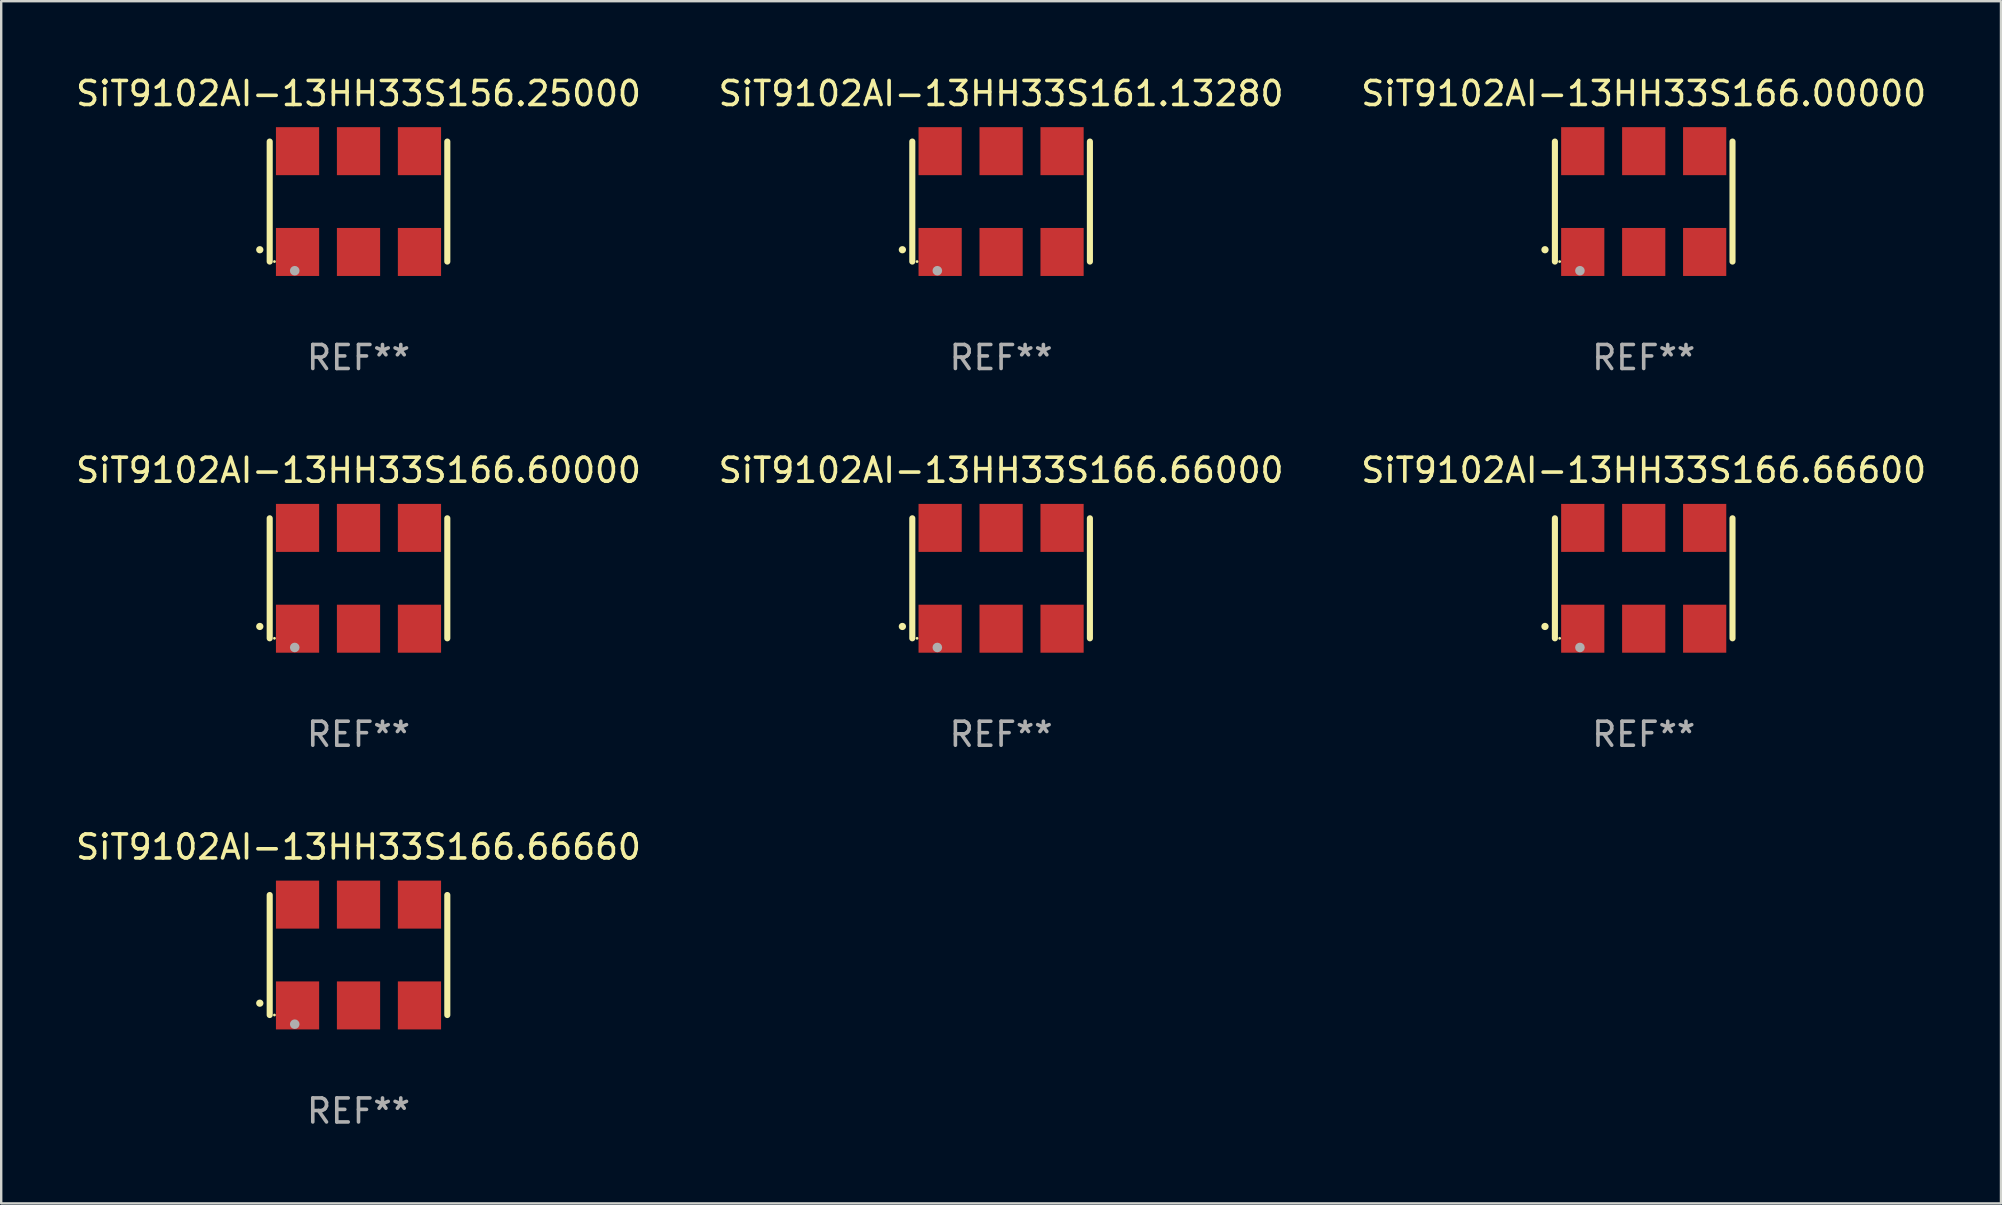
<source format=kicad_pcb>
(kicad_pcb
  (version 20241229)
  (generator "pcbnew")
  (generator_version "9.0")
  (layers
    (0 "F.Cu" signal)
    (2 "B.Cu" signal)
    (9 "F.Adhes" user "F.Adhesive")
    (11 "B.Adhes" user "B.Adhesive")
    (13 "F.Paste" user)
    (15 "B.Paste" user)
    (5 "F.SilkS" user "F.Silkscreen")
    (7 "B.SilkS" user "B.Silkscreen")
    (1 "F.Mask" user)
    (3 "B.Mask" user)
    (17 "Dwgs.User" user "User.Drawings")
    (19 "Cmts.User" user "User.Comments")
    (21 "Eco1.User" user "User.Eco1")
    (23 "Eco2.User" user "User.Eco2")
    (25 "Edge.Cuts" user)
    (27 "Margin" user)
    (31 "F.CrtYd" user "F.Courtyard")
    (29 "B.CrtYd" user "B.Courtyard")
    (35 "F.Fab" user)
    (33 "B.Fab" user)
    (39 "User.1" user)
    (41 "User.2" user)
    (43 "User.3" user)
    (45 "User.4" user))
  (footprint "SiT9102AI-13HH33S166.00000"
    (layer "F.Cu")
    (at 65.435 5.348)
    (property "Reference" "SiT9102AI-13HH33S166.00000" (at 0 -4.5 0) (layer "F.SilkS") (effects (font (size 1 1) (thickness 0.15))))
    (attr through_hole)
    (fp_line (start -3.7 -2.5) (end -3.7 2.5) (stroke (width 0.254) (type solid)) (layer "F.SilkS"))
    (fp_line (start 3.7 -2.5) (end 3.7 2.5) (stroke (width 0.254) (type solid)) (layer "F.SilkS"))
    (fp_arc (start -4.114415 2.006604) (mid -4.113145 2.006599) (end -4.111875 2.006604) (stroke (width 0.3) (type solid)) (layer "F.SilkS"))
    (fp_circle (center -3.502 2.5) (end -3.472 2.5) (stroke (width 0.06) (type solid)) (fill no) (layer "F.SilkS"))
    (fp_circle (center -2.657 2.882) (end -2.557 2.882) (stroke (width 0.2) (type solid)) (fill no) (layer "F.Fab"))
    (fp_text user "REF**" (at 0 6.5 0) (layer "F.Fab") (effects (font (size 1 1) (thickness 0.15))))
    (pad "1" smd rect (at -2.54 2.1) (size 1.8 2) (layers "F.Cu" "F.Mask" "F.Paste"))
    (pad "2" smd rect (at 0.000394 2.1) (size 1.8 2) (layers "F.Cu" "F.Mask" "F.Paste"))
    (pad "3" smd rect (at 2.54 2.1) (size 1.8 2) (layers "F.Cu" "F.Mask" "F.Paste"))
    (pad "4" smd rect (at 2.54 -2.1) (size 1.8 2) (layers "F.Cu" "F.Mask" "F.Paste"))
    (pad "5" smd rect (at 0.000394 -2.1) (size 1.8 2) (layers "F.Cu" "F.Mask" "F.Paste"))
    (pad "6" smd rect (at -2.54 -2.1) (size 1.8 2) (layers "F.Cu" "F.Mask" "F.Paste")))
  (footprint "SiT9102AI-13HH33S161.13280"
    (layer "F.Cu")
    (at 38.661 5.348)
    (property "Reference" "SiT9102AI-13HH33S161.13280" (at 0 -4.5 0) (layer "F.SilkS") (effects (font (size 1 1) (thickness 0.15))))
    (attr through_hole)
    (fp_line (start -3.7 -2.5) (end -3.7 2.5) (stroke (width 0.254) (type solid)) (layer "F.SilkS"))
    (fp_line (start 3.7 -2.5) (end 3.7 2.5) (stroke (width 0.254) (type solid)) (layer "F.SilkS"))
    (fp_arc (start -4.114415 2.006604) (mid -4.113145 2.006599) (end -4.111875 2.006604) (stroke (width 0.3) (type solid)) (layer "F.SilkS"))
    (fp_circle (center -3.502 2.5) (end -3.472 2.5) (stroke (width 0.06) (type solid)) (fill no) (layer "F.SilkS"))
    (fp_circle (center -2.657 2.882) (end -2.557 2.882) (stroke (width 0.2) (type solid)) (fill no) (layer "F.Fab"))
    (fp_text user "REF**" (at 0 6.5 0) (layer "F.Fab") (effects (font (size 1 1) (thickness 0.15))))
    (pad "1" smd rect (at -2.54 2.1) (size 1.8 2) (layers "F.Cu" "F.Mask" "F.Paste"))
    (pad "2" smd rect (at 0.000394 2.1) (size 1.8 2) (layers "F.Cu" "F.Mask" "F.Paste"))
    (pad "3" smd rect (at 2.54 2.1) (size 1.8 2) (layers "F.Cu" "F.Mask" "F.Paste"))
    (pad "4" smd rect (at 2.54 -2.1) (size 1.8 2) (layers "F.Cu" "F.Mask" "F.Paste"))
    (pad "5" smd rect (at 0.000394 -2.1) (size 1.8 2) (layers "F.Cu" "F.Mask" "F.Paste"))
    (pad "6" smd rect (at -2.54 -2.1) (size 1.8 2) (layers "F.Cu" "F.Mask" "F.Paste")))
  (footprint "SiT9102AI-13HH33S156.25000"
    (layer "F.Cu")
    (at 11.887 5.348)
    (property "Reference" "SiT9102AI-13HH33S156.25000" (at 0 -4.5 0) (layer "F.SilkS") (effects (font (size 1 1) (thickness 0.15))))
    (attr through_hole)
    (fp_line (start -3.7 -2.5) (end -3.7 2.5) (stroke (width 0.254) (type solid)) (layer "F.SilkS"))
    (fp_line (start 3.7 -2.5) (end 3.7 2.5) (stroke (width 0.254) (type solid)) (layer "F.SilkS"))
    (fp_arc (start -4.114415 2.006604) (mid -4.113145 2.006599) (end -4.111875 2.006604) (stroke (width 0.3) (type solid)) (layer "F.SilkS"))
    (fp_circle (center -3.502 2.5) (end -3.472 2.5) (stroke (width 0.06) (type solid)) (fill no) (layer "F.SilkS"))
    (fp_circle (center -2.657 2.882) (end -2.557 2.882) (stroke (width 0.2) (type solid)) (fill no) (layer "F.Fab"))
    (fp_text user "REF**" (at 0 6.5 0) (layer "F.Fab") (effects (font (size 1 1) (thickness 0.15))))
    (pad "1" smd rect (at -2.54 2.1) (size 1.8 2) (layers "F.Cu" "F.Mask" "F.Paste"))
    (pad "2" smd rect (at 0.000394 2.1) (size 1.8 2) (layers "F.Cu" "F.Mask" "F.Paste"))
    (pad "3" smd rect (at 2.54 2.1) (size 1.8 2) (layers "F.Cu" "F.Mask" "F.Paste"))
    (pad "4" smd rect (at 2.54 -2.1) (size 1.8 2) (layers "F.Cu" "F.Mask" "F.Paste"))
    (pad "5" smd rect (at 0.000394 -2.1) (size 1.8 2) (layers "F.Cu" "F.Mask" "F.Paste"))
    (pad "6" smd rect (at -2.54 -2.1) (size 1.8 2) (layers "F.Cu" "F.Mask" "F.Paste")))
  (footprint "SiT9102AI-13HH33S166.66000"
    (layer "F.Cu")
    (at 38.661 21.045)
    (property "Reference" "SiT9102AI-13HH33S166.66000" (at 0 -4.5 0) (layer "F.SilkS") (effects (font (size 1 1) (thickness 0.15))))
    (attr through_hole)
    (fp_line (start -3.7 -2.5) (end -3.7 2.5) (stroke (width 0.254) (type solid)) (layer "F.SilkS"))
    (fp_line (start 3.7 -2.5) (end 3.7 2.5) (stroke (width 0.254) (type solid)) (layer "F.SilkS"))
    (fp_arc (start -4.114415 2.006604) (mid -4.113145 2.006599) (end -4.111875 2.006604) (stroke (width 0.3) (type solid)) (layer "F.SilkS"))
    (fp_circle (center -3.502 2.5) (end -3.472 2.5) (stroke (width 0.06) (type solid)) (fill no) (layer "F.SilkS"))
    (fp_circle (center -2.657 2.882) (end -2.557 2.882) (stroke (width 0.2) (type solid)) (fill no) (layer "F.Fab"))
    (fp_text user "REF**" (at 0 6.5 0) (layer "F.Fab") (effects (font (size 1 1) (thickness 0.15))))
    (pad "1" smd rect (at -2.54 2.1) (size 1.8 2) (layers "F.Cu" "F.Mask" "F.Paste"))
    (pad "2" smd rect (at 0.000394 2.1) (size 1.8 2) (layers "F.Cu" "F.Mask" "F.Paste"))
    (pad "3" smd rect (at 2.54 2.1) (size 1.8 2) (layers "F.Cu" "F.Mask" "F.Paste"))
    (pad "4" smd rect (at 2.54 -2.1) (size 1.8 2) (layers "F.Cu" "F.Mask" "F.Paste"))
    (pad "5" smd rect (at 0.000394 -2.1) (size 1.8 2) (layers "F.Cu" "F.Mask" "F.Paste"))
    (pad "6" smd rect (at -2.54 -2.1) (size 1.8 2) (layers "F.Cu" "F.Mask" "F.Paste")))
  (footprint "SiT9102AI-13HH33S166.66660"
    (layer "F.Cu")
    (at 11.887 36.741)
    (property "Reference" "SiT9102AI-13HH33S166.66660" (at 0 -4.5 0) (layer "F.SilkS") (effects (font (size 1 1) (thickness 0.15))))
    (attr through_hole)
    (fp_line (start -3.7 -2.5) (end -3.7 2.5) (stroke (width 0.254) (type solid)) (layer "F.SilkS"))
    (fp_line (start 3.7 -2.5) (end 3.7 2.5) (stroke (width 0.254) (type solid)) (layer "F.SilkS"))
    (fp_arc (start -4.114415 2.006604) (mid -4.113145 2.006599) (end -4.111875 2.006604) (stroke (width 0.3) (type solid)) (layer "F.SilkS"))
    (fp_circle (center -3.502 2.5) (end -3.472 2.5) (stroke (width 0.06) (type solid)) (fill no) (layer "F.SilkS"))
    (fp_circle (center -2.657 2.882) (end -2.557 2.882) (stroke (width 0.2) (type solid)) (fill no) (layer "F.Fab"))
    (fp_text user "REF**" (at 0 6.5 0) (layer "F.Fab") (effects (font (size 1 1) (thickness 0.15))))
    (pad "1" smd rect (at -2.54 2.1) (size 1.8 2) (layers "F.Cu" "F.Mask" "F.Paste"))
    (pad "2" smd rect (at 0.000394 2.1) (size 1.8 2) (layers "F.Cu" "F.Mask" "F.Paste"))
    (pad "3" smd rect (at 2.54 2.1) (size 1.8 2) (layers "F.Cu" "F.Mask" "F.Paste"))
    (pad "4" smd rect (at 2.54 -2.1) (size 1.8 2) (layers "F.Cu" "F.Mask" "F.Paste"))
    (pad "5" smd rect (at 0.000394 -2.1) (size 1.8 2) (layers "F.Cu" "F.Mask" "F.Paste"))
    (pad "6" smd rect (at -2.54 -2.1) (size 1.8 2) (layers "F.Cu" "F.Mask" "F.Paste")))
  (footprint "SiT9102AI-13HH33S166.60000"
    (layer "F.Cu")
    (at 11.887 21.045)
    (property "Reference" "SiT9102AI-13HH33S166.60000" (at 0 -4.5 0) (layer "F.SilkS") (effects (font (size 1 1) (thickness 0.15))))
    (attr through_hole)
    (fp_line (start -3.7 -2.5) (end -3.7 2.5) (stroke (width 0.254) (type solid)) (layer "F.SilkS"))
    (fp_line (start 3.7 -2.5) (end 3.7 2.5) (stroke (width 0.254) (type solid)) (layer "F.SilkS"))
    (fp_arc (start -4.114415 2.006604) (mid -4.113145 2.006599) (end -4.111875 2.006604) (stroke (width 0.3) (type solid)) (layer "F.SilkS"))
    (fp_circle (center -3.502 2.5) (end -3.472 2.5) (stroke (width 0.06) (type solid)) (fill no) (layer "F.SilkS"))
    (fp_circle (center -2.657 2.882) (end -2.557 2.882) (stroke (width 0.2) (type solid)) (fill no) (layer "F.Fab"))
    (fp_text user "REF**" (at 0 6.5 0) (layer "F.Fab") (effects (font (size 1 1) (thickness 0.15))))
    (pad "1" smd rect (at -2.54 2.1) (size 1.8 2) (layers "F.Cu" "F.Mask" "F.Paste"))
    (pad "2" smd rect (at 0.000394 2.1) (size 1.8 2) (layers "F.Cu" "F.Mask" "F.Paste"))
    (pad "3" smd rect (at 2.54 2.1) (size 1.8 2) (layers "F.Cu" "F.Mask" "F.Paste"))
    (pad "4" smd rect (at 2.54 -2.1) (size 1.8 2) (layers "F.Cu" "F.Mask" "F.Paste"))
    (pad "5" smd rect (at 0.000394 -2.1) (size 1.8 2) (layers "F.Cu" "F.Mask" "F.Paste"))
    (pad "6" smd rect (at -2.54 -2.1) (size 1.8 2) (layers "F.Cu" "F.Mask" "F.Paste")))
  (footprint "SiT9102AI-13HH33S166.66600"
    (layer "F.Cu")
    (at 65.435 21.045)
    (property "Reference" "SiT9102AI-13HH33S166.66600" (at 0 -4.5 0) (layer "F.SilkS") (effects (font (size 1 1) (thickness 0.15))))
    (attr through_hole)
    (fp_line (start -3.7 -2.5) (end -3.7 2.5) (stroke (width 0.254) (type solid)) (layer "F.SilkS"))
    (fp_line (start 3.7 -2.5) (end 3.7 2.5) (stroke (width 0.254) (type solid)) (layer "F.SilkS"))
    (fp_arc (start -4.114415 2.006604) (mid -4.113145 2.006599) (end -4.111875 2.006604) (stroke (width 0.3) (type solid)) (layer "F.SilkS"))
    (fp_circle (center -3.502 2.5) (end -3.472 2.5) (stroke (width 0.06) (type solid)) (fill no) (layer "F.SilkS"))
    (fp_circle (center -2.657 2.882) (end -2.557 2.882) (stroke (width 0.2) (type solid)) (fill no) (layer "F.Fab"))
    (fp_text user "REF**" (at 0 6.5 0) (layer "F.Fab") (effects (font (size 1 1) (thickness 0.15))))
    (pad "1" smd rect (at -2.54 2.1) (size 1.8 2) (layers "F.Cu" "F.Mask" "F.Paste"))
    (pad "2" smd rect (at 0.000394 2.1) (size 1.8 2) (layers "F.Cu" "F.Mask" "F.Paste"))
    (pad "3" smd rect (at 2.54 2.1) (size 1.8 2) (layers "F.Cu" "F.Mask" "F.Paste"))
    (pad "4" smd rect (at 2.54 -2.1) (size 1.8 2) (layers "F.Cu" "F.Mask" "F.Paste"))
    (pad "5" smd rect (at 0.000394 -2.1) (size 1.8 2) (layers "F.Cu" "F.Mask" "F.Paste"))
    (pad "6" smd rect (at -2.54 -2.1) (size 1.8 2) (layers "F.Cu" "F.Mask" "F.Paste")))
  (gr_rect
    (start -3 -3)
    (end 80.321 47.09)
    (stroke (width 0.1) (type default))
    (fill no)
    (layer "Edge.Cuts")))
</source>
